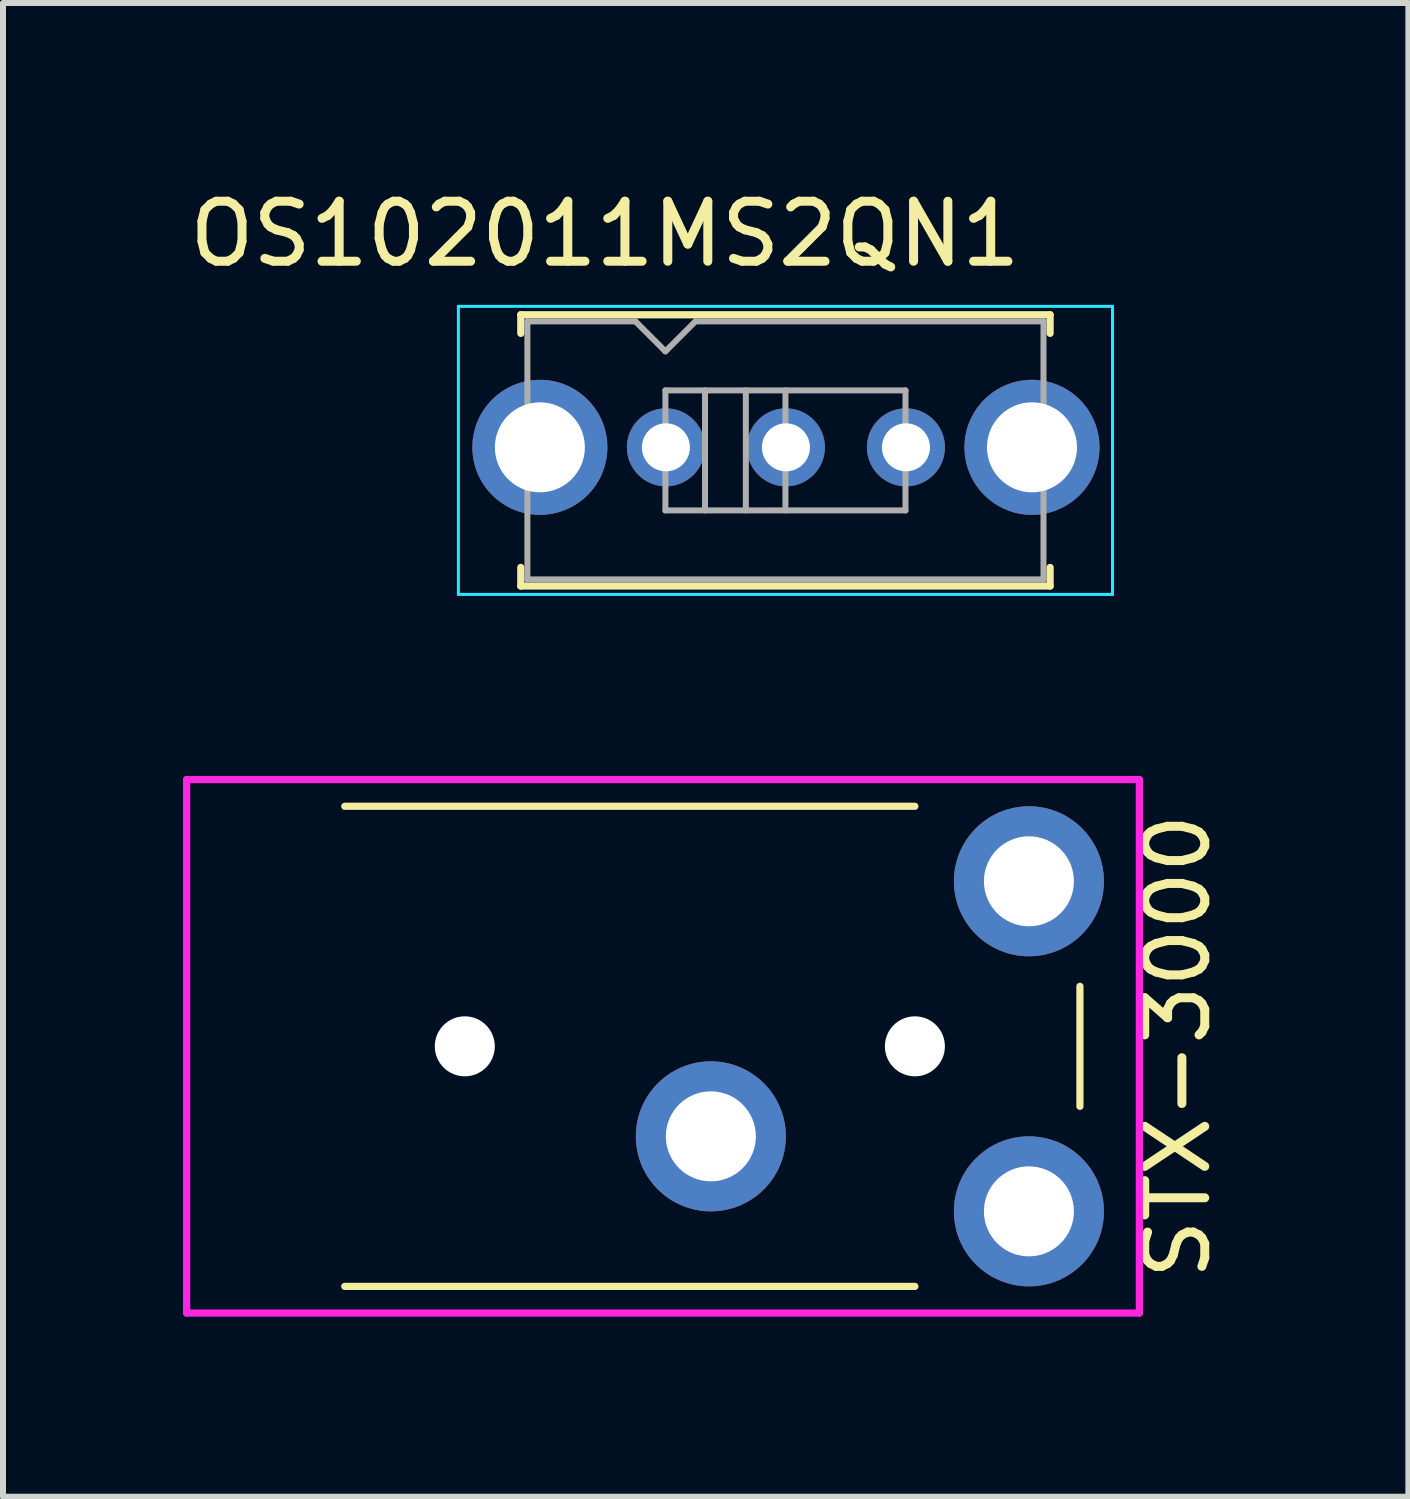
<source format=kicad_pcb>
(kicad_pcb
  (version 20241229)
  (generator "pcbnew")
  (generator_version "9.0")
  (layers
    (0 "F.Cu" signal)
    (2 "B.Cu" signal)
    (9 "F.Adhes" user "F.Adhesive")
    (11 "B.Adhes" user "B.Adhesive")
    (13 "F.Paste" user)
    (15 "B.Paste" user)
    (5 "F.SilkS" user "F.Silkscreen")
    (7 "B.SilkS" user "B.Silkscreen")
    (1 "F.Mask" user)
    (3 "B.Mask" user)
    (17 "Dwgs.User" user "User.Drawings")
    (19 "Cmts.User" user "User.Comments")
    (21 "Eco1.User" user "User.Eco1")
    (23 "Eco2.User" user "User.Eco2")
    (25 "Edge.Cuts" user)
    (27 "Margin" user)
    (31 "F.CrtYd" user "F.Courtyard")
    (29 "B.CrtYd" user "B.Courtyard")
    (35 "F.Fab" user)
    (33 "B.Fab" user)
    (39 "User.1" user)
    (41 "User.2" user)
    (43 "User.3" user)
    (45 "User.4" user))
  (footprint "OS102011MS2QN1"
    (layer "F.Cu")
    (at 8.046 4.404)
    (property "Reference" "OS102011MS2QN1" (at -1.016 -3.556 0) (layer "F.SilkS") (effects (font (size 1 1) (thickness 0.15))))
    (attr through_hole)
    (fp_line (start -2.418 -2.209) (end 6.402 -2.209) (stroke (width 0.12) (type solid)) (layer "F.SilkS"))
    (fp_line (start -2.418 -1.899) (end -2.418 -2.209) (stroke (width 0.12) (type solid)) (layer "F.SilkS"))
    (fp_line (start -2.418 2.311) (end -2.418 2.001) (stroke (width 0.12) (type solid)) (layer "F.SilkS"))
    (fp_line (start 6.402 -2.209) (end 6.402 -1.899) (stroke (width 0.12) (type solid)) (layer "F.SilkS"))
    (fp_line (start 6.402 2.311) (end -2.418 2.311) (stroke (width 0.12) (type solid)) (layer "F.SilkS"))
    (fp_line (start 6.402 2.311) (end 6.402 2.001) (stroke (width 0.12) (type solid)) (layer "F.SilkS"))
    (fp_line (start -3.458 -2.349) (end 7.442 -2.349) (stroke (width 0.05) (type solid)) (layer "B.CrtYd"))
    (fp_line (start -3.458 2.451) (end -3.458 -2.349) (stroke (width 0.05) (type solid)) (layer "B.CrtYd"))
    (fp_line (start 7.442 -2.349) (end 7.442 2.451) (stroke (width 0.05) (type solid)) (layer "B.CrtYd"))
    (fp_line (start 7.442 2.451) (end -3.458 2.451) (stroke (width 0.05) (type solid)) (layer "B.CrtYd"))
    (fp_line (start -2.308 -2.099) (end -0.508 -2.099) (stroke (width 0.1) (type solid)) (layer "F.Fab"))
    (fp_line (start -2.308 2.201) (end -2.308 -2.099) (stroke (width 0.1) (type solid)) (layer "F.Fab"))
    (fp_line (start -0.508 -2.099) (end -0.008 -1.599) (stroke (width 0.1) (type solid)) (layer "F.Fab"))
    (fp_line (start -0.008 -1.599) (end 0.492 -2.099) (stroke (width 0.1) (type solid)) (layer "F.Fab"))
    (fp_line (start -0.008 -0.949) (end -0.008 1.051) (stroke (width 0.1) (type solid)) (layer "F.Fab"))
    (fp_line (start -0.008 -0.949) (end 3.992 -0.949) (stroke (width 0.1) (type solid)) (layer "F.Fab"))
    (fp_line (start -0.008 1.051) (end 3.992 1.051) (stroke (width 0.1) (type solid)) (layer "F.Fab"))
    (fp_line (start 0.492 -2.099) (end 6.292 -2.099) (stroke (width 0.1) (type solid)) (layer "F.Fab"))
    (fp_line (start 0.652 -0.949) (end 0.652 1.051) (stroke (width 0.1) (type solid)) (layer "F.Fab"))
    (fp_line (start 1.332 -0.949) (end 1.332 1.051) (stroke (width 0.1) (type solid)) (layer "F.Fab"))
    (fp_line (start 1.992 -0.949) (end 1.992 1.051) (stroke (width 0.1) (type solid)) (layer "F.Fab"))
    (fp_line (start 3.992 -0.949) (end 3.992 1.051) (stroke (width 0.1) (type solid)) (layer "F.Fab"))
    (fp_line (start 6.292 -2.099) (end 6.292 2.201) (stroke (width 0.1) (type solid)) (layer "F.Fab"))
    (fp_line (start 6.292 2.201) (end -2.308 2.201) (stroke (width 0.1) (type solid)) (layer "F.Fab"))
    (pad "" thru_hole circle (at -2.1 0) (size 2.25 2.25) (drill 1.5) (layers "*.Cu" "*.Mask"))
    (pad "" thru_hole circle (at 6.1 0) (size 2.25 2.25) (drill 1.5) (layers "*.Cu" "*.Mask"))
    (pad "1" thru_hole circle (at 0 0) (size 1.3 1.3) (drill 0.8) (layers "*.Cu" "*.Mask"))
    (pad "2" thru_hole circle (at 2 0) (size 1.3 1.3) (drill 0.8) (layers "*.Cu" "*.Mask"))
    (pad "3" thru_hole circle (at 4 0) (size 1.3 1.3) (drill 0.8) (layers "*.Cu" "*.Mask")))
  (footprint "STX-3000"
    (layer "F.Cu")
    (at 0.695 14.385)
    (property "Reference" "STX-3000" (at 15.875 0 90) (layer "F.SilkS") (effects (font (size 1 1) (thickness 0.15))))
    (attr through_hole)
    (fp_line (start 2 -4) (end 11.5 -4) (stroke (width 0.12) (type solid)) (layer "F.SilkS"))
    (fp_line (start 2 4) (end 11.5 4) (stroke (width 0.12) (type solid)) (layer "F.SilkS"))
    (fp_line (start 14.25 -1) (end 14.25 1) (stroke (width 0.12) (type solid)) (layer "F.SilkS"))
    (fp_line (start -0.635 -4.445) (end -0.635 4.445) (stroke (width 0.12) (type solid)) (layer "F.CrtYd"))
    (fp_line (start -0.635 -4.445) (end 15.24 -4.445) (stroke (width 0.12) (type solid)) (layer "F.CrtYd"))
    (fp_line (start -0.635 4.445) (end 15.24 4.445) (stroke (width 0.12) (type solid)) (layer "F.CrtYd"))
    (fp_line (start 15.24 4.445) (end 15.24 -4.445) (stroke (width 0.12) (type solid)) (layer "F.CrtYd"))
    (pad "" np_thru_hole circle (at 4 0) (size 1 1) (drill 1) (layers "*.Cu" "*.Mask"))
    (pad "" np_thru_hole circle (at 11.5 0) (size 1 1) (drill 1) (layers "*.Cu" "*.Mask"))
    (pad "1" thru_hole circle (at 8.1 1.5) (size 2.5 2.5) (drill 1.5) (layers "*.Cu" "*.Mask"))
    (pad "2" thru_hole circle (at 13.4 -2.75) (size 2.5 2.5) (drill 1.5) (layers "*.Cu" "*.Mask"))
    (pad "3" thru_hole circle (at 13.4 2.75) (size 2.5 2.5) (drill 1.5) (layers "*.Cu" "*.Mask")))
  (gr_rect
    (start -3 -3)
    (end 20.418 21.89)
    (stroke (width 0.1) (type default))
    (fill no)
    (layer "Edge.Cuts")))
</source>
